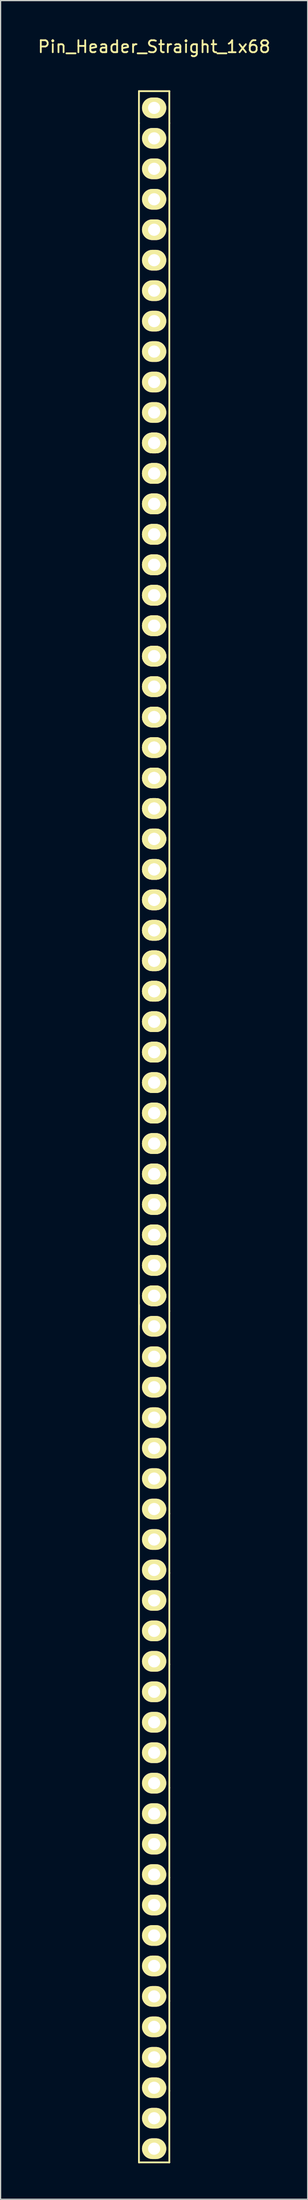
<source format=kicad_pcb>
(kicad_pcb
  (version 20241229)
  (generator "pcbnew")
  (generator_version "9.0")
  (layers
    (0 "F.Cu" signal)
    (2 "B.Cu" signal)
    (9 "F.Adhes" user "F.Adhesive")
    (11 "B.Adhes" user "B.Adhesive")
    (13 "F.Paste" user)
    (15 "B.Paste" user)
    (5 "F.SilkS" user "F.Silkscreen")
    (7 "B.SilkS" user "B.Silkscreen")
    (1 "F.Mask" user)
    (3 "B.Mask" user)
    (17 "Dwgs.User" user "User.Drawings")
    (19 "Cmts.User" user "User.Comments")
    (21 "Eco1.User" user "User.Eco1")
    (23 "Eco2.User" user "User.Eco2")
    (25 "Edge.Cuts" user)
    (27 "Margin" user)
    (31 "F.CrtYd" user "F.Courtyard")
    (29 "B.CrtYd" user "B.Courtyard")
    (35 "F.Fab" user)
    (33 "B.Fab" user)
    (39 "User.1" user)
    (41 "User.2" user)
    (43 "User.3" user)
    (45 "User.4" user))
  (footprint "Pin_Header_Straight_1x68"
    (layer "F.Cu")
    (at 9.839 5.948)
    (property "Reference" "Pin_Header_Straight_1x68" (at 0 -5.1 0) (layer "F.SilkS") (effects (font (size 1 1) (thickness 0.15))))
    (attr through_hole)
    (fp_line (start -1.27 1.27) (end -1.27 -1.397) (stroke (width 0.15) (type solid)) (layer "F.SilkS"))
    (fp_line (start -1.27 1.27) (end -1.27 100.33) (stroke (width 0.15) (type solid)) (layer "F.SilkS"))
    (fp_line (start -1.27 99.822) (end -1.27 101.473) (stroke (width 0.15) (type solid)) (layer "F.SilkS"))
    (fp_line (start -1.27 100.838) (end -1.27 99.822) (stroke (width 0.15) (type solid)) (layer "F.SilkS"))
    (fp_line (start -1.27 171.323) (end -1.27 100.457) (stroke (width 0.15) (type solid)) (layer "F.SilkS"))
    (fp_line (start 1.27 -1.397) (end -1.27 -1.397) (stroke (width 0.15) (type solid)) (layer "F.SilkS"))
    (fp_line (start 1.27 1.27) (end 1.27 -1.397) (stroke (width 0.15) (type solid)) (layer "F.SilkS"))
    (fp_line (start 1.27 100.33) (end 1.27 1.27) (stroke (width 0.15) (type solid)) (layer "F.SilkS"))
    (fp_line (start 1.27 100.33) (end 1.27 117.221) (stroke (width 0.15) (type solid)) (layer "F.SilkS"))
    (fp_line (start 1.27 117.221) (end 1.27 122.174) (stroke (width 0.15) (type solid)) (layer "F.SilkS"))
    (fp_line (start 1.27 122.174) (end 1.27 129.794) (stroke (width 0.15) (type solid)) (layer "F.SilkS"))
    (fp_line (start 1.27 129.794) (end 1.27 140.081) (stroke (width 0.15) (type solid)) (layer "F.SilkS"))
    (fp_line (start 1.27 140.081) (end 1.27 147.574) (stroke (width 0.15) (type solid)) (layer "F.SilkS"))
    (fp_line (start 1.27 147.574) (end 1.27 157.861) (stroke (width 0.15) (type solid)) (layer "F.SilkS"))
    (fp_line (start 1.27 157.861) (end 1.27 165.354) (stroke (width 0.15) (type solid)) (layer "F.SilkS"))
    (fp_line (start 1.27 165.354) (end 1.27 171.323) (stroke (width 0.15) (type solid)) (layer "F.SilkS"))
    (fp_line (start 1.27 171.323) (end -1.27 171.323) (stroke (width 0.15) (type solid)) (layer "F.SilkS"))
    (pad "1" thru_hole oval (at 0 0) (size 2.032 1.727) (drill 1.016) (layers "*.Cu" "*.Mask" "F.SilkS"))
    (pad "2" thru_hole oval (at 0 2.54) (size 2.032 1.727) (drill 1.016) (layers "*.Cu" "*.Mask" "F.SilkS"))
    (pad "3" thru_hole oval (at 0 5.08) (size 2.032 1.727) (drill 1.016) (layers "*.Cu" "*.Mask" "F.SilkS"))
    (pad "4" thru_hole oval (at 0 7.62) (size 2.032 1.727) (drill 1.016) (layers "*.Cu" "*.Mask" "F.SilkS"))
    (pad "5" thru_hole oval (at 0 10.16) (size 2.032 1.727) (drill 1.016) (layers "*.Cu" "*.Mask" "F.SilkS"))
    (pad "6" thru_hole oval (at 0 12.7) (size 2.032 1.727) (drill 1.016) (layers "*.Cu" "*.Mask" "F.SilkS"))
    (pad "7" thru_hole oval (at 0 15.24) (size 2.032 1.727) (drill 1.016) (layers "*.Cu" "*.Mask" "F.SilkS"))
    (pad "8" thru_hole oval (at 0 17.78) (size 2.032 1.727) (drill 1.016) (layers "*.Cu" "*.Mask" "F.SilkS"))
    (pad "9" thru_hole oval (at 0 20.32) (size 2.032 1.727) (drill 1.016) (layers "*.Cu" "*.Mask" "F.SilkS"))
    (pad "10" thru_hole oval (at 0 22.86) (size 2.032 1.727) (drill 1.016) (layers "*.Cu" "*.Mask" "F.SilkS"))
    (pad "11" thru_hole oval (at 0 25.4) (size 2.032 1.727) (drill 1.016) (layers "*.Cu" "*.Mask" "F.SilkS"))
    (pad "12" thru_hole oval (at 0 27.94) (size 2.032 1.727) (drill 1.016) (layers "*.Cu" "*.Mask" "F.SilkS"))
    (pad "12" thru_hole oval (at 0 27.94) (size 2.032 1.727) (drill 1.016) (layers "*.Cu" "*.Mask" "F.SilkS"))
    (pad "13" thru_hole oval (at 0 30.48) (size 2.032 1.727) (drill 1.016) (layers "*.Cu" "*.Mask" "F.SilkS"))
    (pad "13" thru_hole oval (at 0 30.48) (size 2.032 1.727) (drill 1.016) (layers "*.Cu" "*.Mask" "F.SilkS"))
    (pad "14" thru_hole oval (at 0 33.02) (size 2.032 1.727) (drill 1.016) (layers "*.Cu" "*.Mask" "F.SilkS"))
    (pad "14" thru_hole oval (at 0 33.02) (size 2.032 1.727) (drill 1.016) (layers "*.Cu" "*.Mask" "F.SilkS"))
    (pad "15" thru_hole oval (at 0 35.56) (size 2.032 1.727) (drill 1.016) (layers "*.Cu" "*.Mask" "F.SilkS"))
    (pad "15" thru_hole oval (at 0 35.56) (size 2.032 1.727) (drill 1.016) (layers "*.Cu" "*.Mask" "F.SilkS"))
    (pad "16" thru_hole oval (at 0 38.1) (size 2.032 1.727) (drill 1.016) (layers "*.Cu" "*.Mask" "F.SilkS"))
    (pad "16" thru_hole oval (at 0 38.1) (size 2.032 1.727) (drill 1.016) (layers "*.Cu" "*.Mask" "F.SilkS"))
    (pad "17" thru_hole oval (at 0 40.64) (size 2.032 1.727) (drill 1.016) (layers "*.Cu" "*.Mask" "F.SilkS"))
    (pad "17" thru_hole oval (at 0 40.64) (size 2.032 1.727) (drill 1.016) (layers "*.Cu" "*.Mask" "F.SilkS"))
    (pad "18" thru_hole oval (at 0 43.18) (size 2.032 1.727) (drill 1.016) (layers "*.Cu" "*.Mask" "F.SilkS"))
    (pad "18" thru_hole oval (at 0 43.18) (size 2.032 1.727) (drill 1.016) (layers "*.Cu" "*.Mask" "F.SilkS"))
    (pad "19" thru_hole oval (at 0 45.72) (size 2.032 1.727) (drill 1.016) (layers "*.Cu" "*.Mask" "F.SilkS"))
    (pad "19" thru_hole oval (at 0 45.72) (size 2.032 1.727) (drill 1.016) (layers "*.Cu" "*.Mask" "F.SilkS"))
    (pad "20" thru_hole oval (at 0 48.26) (size 2.032 1.727) (drill 1.016) (layers "*.Cu" "*.Mask" "F.SilkS"))
    (pad "20" thru_hole oval (at 0 48.26) (size 2.032 1.727) (drill 1.016) (layers "*.Cu" "*.Mask" "F.SilkS"))
    (pad "21" thru_hole oval (at 0 50.8) (size 2.032 1.727) (drill 1.016) (layers "*.Cu" "*.Mask" "F.SilkS"))
    (pad "21" thru_hole oval (at 0 50.8) (size 2.032 1.727) (drill 1.016) (layers "*.Cu" "*.Mask" "F.SilkS"))
    (pad "22" thru_hole oval (at 0 53.34) (size 2.032 1.727) (drill 1.016) (layers "*.Cu" "*.Mask" "F.SilkS"))
    (pad "22" thru_hole oval (at 0 53.34) (size 2.032 1.727) (drill 1.016) (layers "*.Cu" "*.Mask" "F.SilkS"))
    (pad "23" thru_hole oval (at 0 55.88) (size 2.032 1.727) (drill 1.016) (layers "*.Cu" "*.Mask" "F.SilkS"))
    (pad "23" thru_hole oval (at 0 55.88) (size 2.032 1.727) (drill 1.016) (layers "*.Cu" "*.Mask" "F.SilkS"))
    (pad "24" thru_hole oval (at 0 58.42) (size 2.032 1.727) (drill 1.016) (layers "*.Cu" "*.Mask" "F.SilkS"))
    (pad "24" thru_hole oval (at 0 58.42) (size 2.032 1.727) (drill 1.016) (layers "*.Cu" "*.Mask" "F.SilkS"))
    (pad "25" thru_hole oval (at 0 60.96) (size 2.032 1.727) (drill 1.016) (layers "*.Cu" "*.Mask" "F.SilkS"))
    (pad "25" thru_hole oval (at 0 60.96) (size 2.032 1.727) (drill 1.016) (layers "*.Cu" "*.Mask" "F.SilkS"))
    (pad "26" thru_hole oval (at 0 63.5) (size 2.032 1.727) (drill 1.016) (layers "*.Cu" "*.Mask" "F.SilkS"))
    (pad "26" thru_hole oval (at 0 63.5) (size 2.032 1.727) (drill 1.016) (layers "*.Cu" "*.Mask" "F.SilkS"))
    (pad "27" thru_hole oval (at 0 66.04) (size 2.032 1.727) (drill 1.016) (layers "*.Cu" "*.Mask" "F.SilkS"))
    (pad "27" thru_hole oval (at 0 66.04) (size 2.032 1.727) (drill 1.016) (layers "*.Cu" "*.Mask" "F.SilkS"))
    (pad "28" thru_hole oval (at 0 68.58) (size 2.032 1.727) (drill 1.016) (layers "*.Cu" "*.Mask" "F.SilkS"))
    (pad "28" thru_hole oval (at 0 68.58) (size 2.032 1.727) (drill 1.016) (layers "*.Cu" "*.Mask" "F.SilkS"))
    (pad "29" thru_hole oval (at 0 71.12) (size 2.032 1.727) (drill 1.016) (layers "*.Cu" "*.Mask" "F.SilkS"))
    (pad "29" thru_hole oval (at 0 71.12) (size 2.032 1.727) (drill 1.016) (layers "*.Cu" "*.Mask" "F.SilkS"))
    (pad "30" thru_hole oval (at 0 73.66) (size 2.032 1.727) (drill 1.016) (layers "*.Cu" "*.Mask" "F.SilkS"))
    (pad "30" thru_hole oval (at 0 73.66) (size 2.032 1.727) (drill 1.016) (layers "*.Cu" "*.Mask" "F.SilkS"))
    (pad "31" thru_hole oval (at 0 76.2) (size 2.032 1.727) (drill 1.016) (layers "*.Cu" "*.Mask" "F.SilkS"))
    (pad "31" thru_hole oval (at 0 76.2) (size 2.032 1.727) (drill 1.016) (layers "*.Cu" "*.Mask" "F.SilkS"))
    (pad "32" thru_hole oval (at 0 78.74) (size 2.032 1.727) (drill 1.016) (layers "*.Cu" "*.Mask" "F.SilkS"))
    (pad "32" thru_hole oval (at 0 78.74) (size 2.032 1.727) (drill 1.016) (layers "*.Cu" "*.Mask" "F.SilkS"))
    (pad "33" thru_hole oval (at 0 81.28) (size 2.032 1.727) (drill 1.016) (layers "*.Cu" "*.Mask" "F.SilkS"))
    (pad "33" thru_hole oval (at 0 81.28) (size 2.032 1.727) (drill 1.016) (layers "*.Cu" "*.Mask" "F.SilkS"))
    (pad "34" thru_hole oval (at 0 83.82) (size 2.032 1.727) (drill 1.016) (layers "*.Cu" "*.Mask" "F.SilkS"))
    (pad "34" thru_hole oval (at 0 83.82) (size 2.032 1.727) (drill 1.016) (layers "*.Cu" "*.Mask" "F.SilkS"))
    (pad "35" thru_hole oval (at 0 86.36) (size 2.032 1.727) (drill 1.016) (layers "*.Cu" "*.Mask" "F.SilkS"))
    (pad "35" thru_hole oval (at 0 86.36) (size 2.032 1.727) (drill 1.016) (layers "*.Cu" "*.Mask" "F.SilkS"))
    (pad "36" thru_hole oval (at 0 88.9) (size 2.032 1.727) (drill 1.016) (layers "*.Cu" "*.Mask" "F.SilkS"))
    (pad "36" thru_hole oval (at 0 88.9) (size 2.032 1.727) (drill 1.016) (layers "*.Cu" "*.Mask" "F.SilkS"))
    (pad "37" thru_hole oval (at 0 91.44) (size 2.032 1.727) (drill 1.016) (layers "*.Cu" "*.Mask" "F.SilkS"))
    (pad "37" thru_hole oval (at 0 91.44) (size 2.032 1.727) (drill 1.016) (layers "*.Cu" "*.Mask" "F.SilkS"))
    (pad "38" thru_hole oval (at 0 93.98) (size 2.032 1.727) (drill 1.016) (layers "*.Cu" "*.Mask" "F.SilkS"))
    (pad "38" thru_hole oval (at 0 93.98) (size 2.032 1.727) (drill 1.016) (layers "*.Cu" "*.Mask" "F.SilkS"))
    (pad "39" thru_hole oval (at 0 96.52) (size 2.032 1.727) (drill 1.016) (layers "*.Cu" "*.Mask" "F.SilkS"))
    (pad "39" thru_hole oval (at 0 96.52) (size 2.032 1.727) (drill 1.016) (layers "*.Cu" "*.Mask" "F.SilkS"))
    (pad "40" thru_hole oval (at 0 99.06) (size 2.032 1.727) (drill 1.016) (layers "*.Cu" "*.Mask" "F.SilkS"))
    (pad "40" thru_hole oval (at 0 99.06) (size 2.032 1.727) (drill 1.016) (layers "*.Cu" "*.Mask" "F.SilkS"))
    (pad "41" thru_hole oval (at 0 101.6) (size 2.032 1.727) (drill 1.016) (layers "*.Cu" "*.Mask" "F.SilkS"))
    (pad "42" thru_hole oval (at 0 104.14) (size 2.032 1.727) (drill 1.016) (layers "*.Cu" "*.Mask" "F.SilkS"))
    (pad "43" thru_hole oval (at 0 106.68) (size 2.032 1.727) (drill 1.016) (layers "*.Cu" "*.Mask" "F.SilkS"))
    (pad "44" thru_hole oval (at 0 109.22) (size 2.032 1.727) (drill 1.016) (layers "*.Cu" "*.Mask" "F.SilkS"))
    (pad "45" thru_hole oval (at 0 111.76) (size 2.032 1.727) (drill 1.016) (layers "*.Cu" "*.Mask" "F.SilkS"))
    (pad "46" thru_hole oval (at 0 114.3) (size 2.032 1.727) (drill 1.016) (layers "*.Cu" "*.Mask" "F.SilkS"))
    (pad "47" thru_hole oval (at 0 116.84) (size 2.032 1.727) (drill 1.016) (layers "*.Cu" "*.Mask" "F.SilkS"))
    (pad "48" thru_hole oval (at 0 119.38) (size 2.032 1.727) (drill 1.016) (layers "*.Cu" "*.Mask" "F.SilkS"))
    (pad "49" thru_hole oval (at 0 121.92) (size 2.032 1.727) (drill 1.016) (layers "*.Cu" "*.Mask" "F.SilkS"))
    (pad "50" thru_hole oval (at 0 124.46) (size 2.032 1.727) (drill 1.016) (layers "*.Cu" "*.Mask" "F.SilkS"))
    (pad "51" thru_hole oval (at 0 127) (size 2.032 1.727) (drill 1.016) (layers "*.Cu" "*.Mask" "F.SilkS"))
    (pad "52" thru_hole oval (at 0 129.54) (size 2.032 1.727) (drill 1.016) (layers "*.Cu" "*.Mask" "F.SilkS"))
    (pad "53" thru_hole oval (at 0 132.08) (size 2.032 1.727) (drill 1.016) (layers "*.Cu" "*.Mask" "F.SilkS"))
    (pad "54" thru_hole oval (at 0 134.62) (size 2.032 1.727) (drill 1.016) (layers "*.Cu" "*.Mask" "F.SilkS"))
    (pad "55" thru_hole oval (at 0 137.16) (size 2.032 1.727) (drill 1.016) (layers "*.Cu" "*.Mask" "F.SilkS"))
    (pad "56" thru_hole oval (at 0 139.7) (size 2.032 1.727) (drill 1.016) (layers "*.Cu" "*.Mask" "F.SilkS"))
    (pad "57" thru_hole oval (at 0 142.24) (size 2.032 1.727) (drill 1.016) (layers "*.Cu" "*.Mask" "F.SilkS"))
    (pad "58" thru_hole oval (at 0 144.78) (size 2.032 1.727) (drill 1.016) (layers "*.Cu" "*.Mask" "F.SilkS"))
    (pad "59" thru_hole oval (at 0 147.32) (size 2.032 1.727) (drill 1.016) (layers "*.Cu" "*.Mask" "F.SilkS"))
    (pad "60" thru_hole oval (at 0 149.86) (size 2.032 1.727) (drill 1.016) (layers "*.Cu" "*.Mask" "F.SilkS"))
    (pad "61" thru_hole oval (at 0 152.4) (size 2.032 1.727) (drill 1.016) (layers "*.Cu" "*.Mask" "F.SilkS"))
    (pad "62" thru_hole oval (at 0 154.94) (size 2.032 1.727) (drill 1.016) (layers "*.Cu" "*.Mask" "F.SilkS"))
    (pad "63" thru_hole oval (at 0 157.48) (size 2.032 1.727) (drill 1.016) (layers "*.Cu" "*.Mask" "F.SilkS"))
    (pad "64" thru_hole oval (at 0 160.02) (size 2.032 1.727) (drill 1.016) (layers "*.Cu" "*.Mask" "F.SilkS"))
    (pad "65" thru_hole oval (at 0 162.56) (size 2.032 1.727) (drill 1.016) (layers "*.Cu" "*.Mask" "F.SilkS"))
    (pad "66" thru_hole oval (at 0 165.1) (size 2.032 1.727) (drill 1.016) (layers "*.Cu" "*.Mask" "F.SilkS"))
    (pad "67" thru_hole oval (at 0 167.64) (size 2.032 1.727) (drill 1.016) (layers "*.Cu" "*.Mask" "F.SilkS"))
    (pad "68" thru_hole oval (at 0 170.18) (size 2.032 1.727) (drill 1.016) (layers "*.Cu" "*.Mask" "F.SilkS")))
  (gr_rect
    (start -3 -3)
    (end 22.679 180.346)
    (stroke (width 0.1) (type default))
    (fill no)
    (layer "Edge.Cuts")))
</source>
